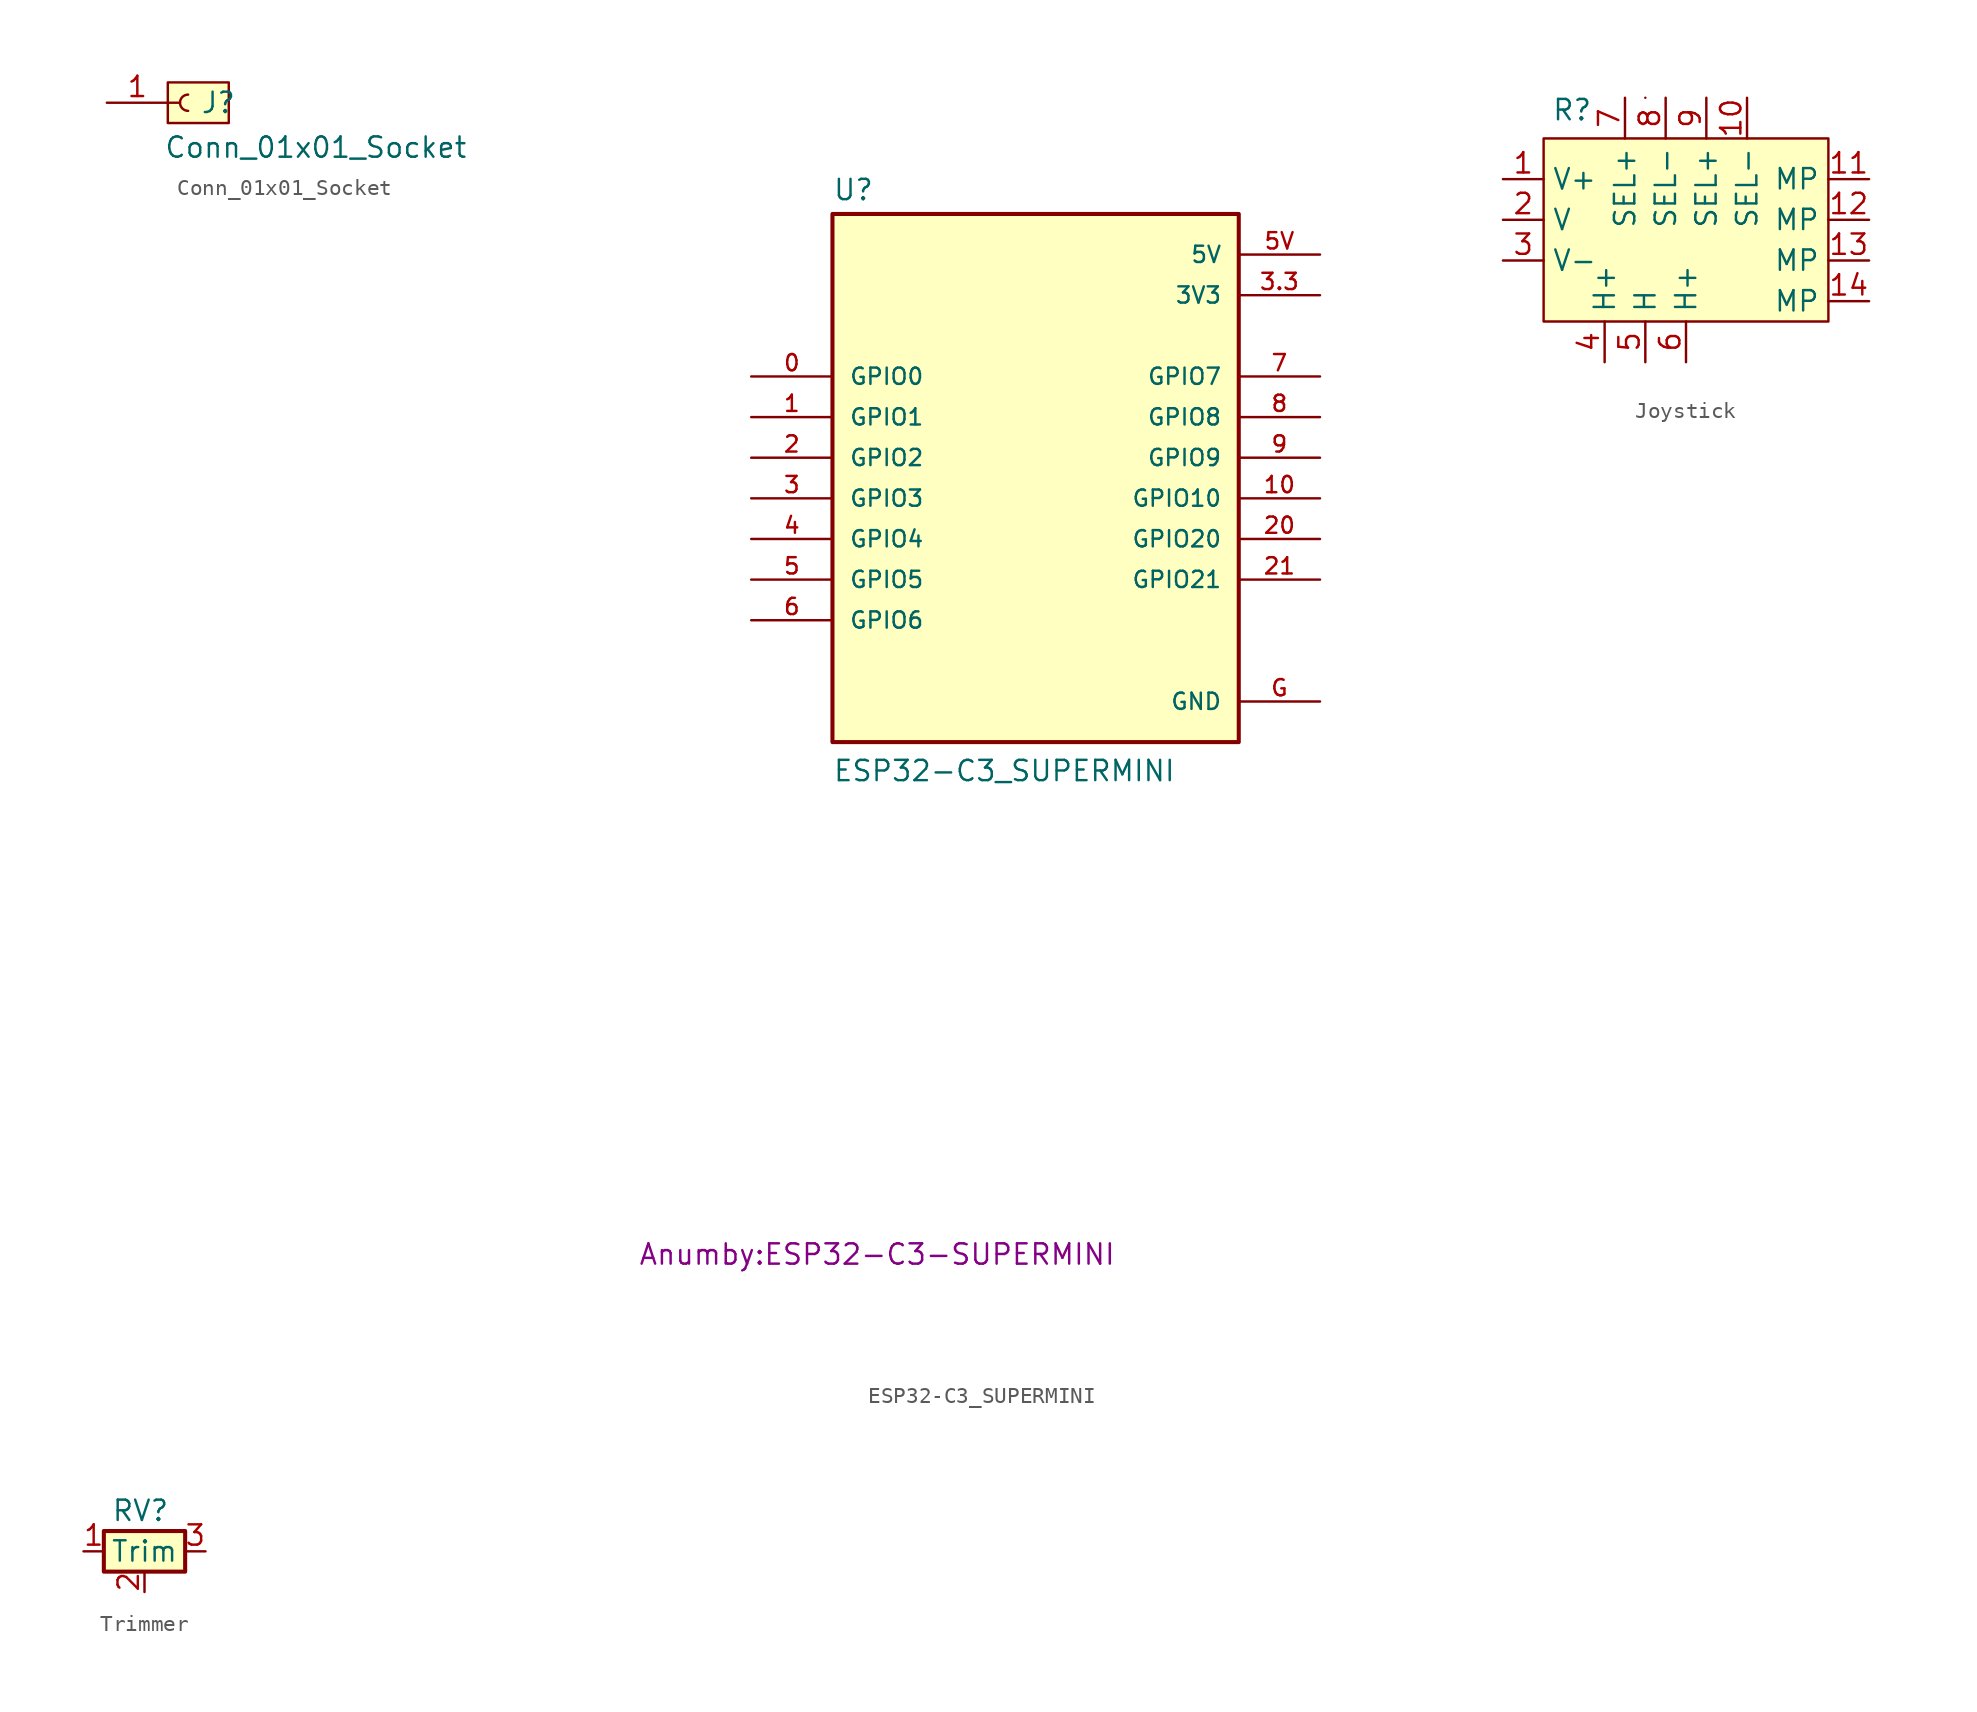
<source format=kicad_sym>
(kicad_symbol_lib
  (version 20231120)
  (generator "kicad_symbol_editor")
  (generator_version "8.0")
  (symbol "Conn_01x01_Socket"
    (pin_names
      (offset 1.016) hide)
    (property "Reference" "J"
      (at 0.762 0 0)
      (effects (font (size 1.27 1.27)) (justify left)))
    (property "Value" "Conn_01x01_Socket"
      (at -1.524 -2.794 0)
      (effects (font (size 1.27 1.27)) (justify left)))
    (symbol "Conn_01x01_Socket_0_1"
      (rectangle (start -1.27 1.27) (end 2.54 -1.27) (stroke (width 0) (type default)) (fill (type background))))
    (symbol "Conn_01x01_Socket_1_1"
      (polyline (pts (xy -1.27 0) (xy -0.508 0)) (stroke (width 0.152) (type default)) (fill (type none)))
      (arc (start 0 0.508) (mid -0.5058 0) (end 0 -0.508) (stroke (width 0.1524) (type default)) (fill (type none)))
      (pin passive line (at -5.08 0 0) (length 3.81) (name "Pin_1" (effects (font (size 1.27 1.27)))) (number "1" (effects (font (size 1.27 1.27)))))))
  (symbol "ESP32-C3_SUPERMINI"
    (pin_names
      (offset 1.016))
    (property "Reference" "U"
      (at -12.7 16.002 0)
      (effects (font (size 1.27 1.27)) (justify left bottom)))
    (property "Value" "ESP32-C3_SUPERMINI"
      (at -12.7 -20.32 0)
      (effects (font (size 1.27 1.27)) (justify left bottom)))
    (property "Footprint" "Anumby:ESP32-C3-SUPERMINI"
      (at -9.906 -50.546 0)
      (effects (font (size 1.27 1.27)) (justify bottom)))
    (symbol "ESP32-C3_SUPERMINI_0_0"
      (rectangle (start -12.7 15.24) (end 12.7 -17.78) (stroke (width 0.254) (type default)) (fill (type background)))
      (pin bidirectional line (at -17.78 5.08 0) (length 5.08) (name "GPIO0" (effects (font (size 1.016 1.016)))) (number "0" (effects (font (size 1.016 1.016)))))
      (pin bidirectional line (at -17.78 2.54 0) (length 5.08) (name "GPIO1" (effects (font (size 1.016 1.016)))) (number "1" (effects (font (size 1.016 1.016)))))
      (pin bidirectional line (at 17.78 -2.54 180) (length 5.08) (name "GPIO10" (effects (font (size 1.016 1.016)))) (number "10" (effects (font (size 1.016 1.016)))))
      (pin bidirectional line (at -17.78 0 0) (length 5.08) (name "GPIO2" (effects (font (size 1.016 1.016)))) (number "2" (effects (font (size 1.016 1.016)))))
      (pin bidirectional line (at 17.78 -5.08 180) (length 5.08) (name "GPIO20" (effects (font (size 1.016 1.016)))) (number "20" (effects (font (size 1.016 1.016)))))
      (pin bidirectional line (at 17.78 -7.62 180) (length 5.08) (name "GPIO21" (effects (font (size 1.016 1.016)))) (number "21" (effects (font (size 1.016 1.016)))))
      (pin bidirectional line (at -17.78 -2.54 0) (length 5.08) (name "GPIO3" (effects (font (size 1.016 1.016)))) (number "3" (effects (font (size 1.016 1.016)))))
      (pin power_in line (at 17.78 10.16 180) (length 5.08) (name "3V3" (effects (font (size 1.016 1.016)))) (number "3.3" (effects (font (size 1.016 1.016)))))
      (pin bidirectional line (at -17.78 -5.08 0) (length 5.08) (name "GPIO4" (effects (font (size 1.016 1.016)))) (number "4" (effects (font (size 1.016 1.016)))))
      (pin bidirectional line (at -17.78 -7.62 0) (length 5.08) (name "GPIO5" (effects (font (size 1.016 1.016)))) (number "5" (effects (font (size 1.016 1.016)))))
      (pin power_in line (at 17.78 12.7 180) (length 5.08) (name "5V" (effects (font (size 1.016 1.016)))) (number "5V" (effects (font (size 1.016 1.016)))))
      (pin bidirectional line (at -17.78 -10.16 0) (length 5.08) (name "GPIO6" (effects (font (size 1.016 1.016)))) (number "6" (effects (font (size 1.016 1.016)))))
      (pin bidirectional line (at 17.78 5.08 180) (length 5.08) (name "GPIO7" (effects (font (size 1.016 1.016)))) (number "7" (effects (font (size 1.016 1.016)))))
      (pin bidirectional line (at 17.78 2.54 180) (length 5.08) (name "GPIO8" (effects (font (size 1.016 1.016)))) (number "8" (effects (font (size 1.016 1.016)))))
      (pin bidirectional line (at 17.78 0 180) (length 5.08) (name "GPIO9" (effects (font (size 1.016 1.016)))) (number "9" (effects (font (size 1.016 1.016)))))
      (pin power_in line (at 17.78 -15.24 180) (length 5.08) (name "GND" (effects (font (size 1.016 1.016)))) (number "G" (effects (font (size 1.016 1.016)))))))
  (symbol "Joystick"
    (property "Reference" "R"
      (at -0.762 1.778 0)
      (effects (font (size 1.27 1.27))))
    (property "Value" ""
      (at 0 0 0)
      (effects (font (size 1.27 1.27))))
    (symbol "Joystick_0_1"
      (rectangle (start -2.54 0) (end 15.24 -11.43) (stroke (width 0) (type default)) (fill (type background)))
      (rectangle (start 3.81 2.54) (end 3.81 2.54) (stroke (width 0) (type default)) (fill (type none))))
    (symbol "Joystick_1_1"
      (pin input line (at -5.08 -2.54 0) (length 2.54) (name "V+" (effects (font (size 1.27 1.27)))) (number "1" (effects (font (size 1.27 1.27)))))
      (pin input line (at 10.16 2.54 270) (length 2.54) (name "SEL-" (effects (font (size 1.27 1.27)))) (number "10" (effects (font (size 1.27 1.27)))))
      (pin input line (at 17.78 -2.54 180) (length 2.54) (name "MP" (effects (font (size 1.27 1.27)))) (number "11" (effects (font (size 1.27 1.27)))))
      (pin input line (at 17.78 -5.08 180) (length 2.54) (name "MP" (effects (font (size 1.27 1.27)))) (number "12" (effects (font (size 1.27 1.27)))))
      (pin input line (at 17.78 -7.62 180) (length 2.54) (name "MP" (effects (font (size 1.27 1.27)))) (number "13" (effects (font (size 1.27 1.27)))))
      (pin input line (at 17.78 -10.16 180) (length 2.54) (name "MP" (effects (font (size 1.27 1.27)))) (number "14" (effects (font (size 1.27 1.27)))))
      (pin output line (at -5.08 -5.08 0) (length 2.54) (name "V" (effects (font (size 1.27 1.27)))) (number "2" (effects (font (size 1.27 1.27)))))
      (pin input line (at -5.08 -7.62 0) (length 2.54) (name "V-" (effects (font (size 1.27 1.27)))) (number "3" (effects (font (size 1.27 1.27)))))
      (pin input line (at 1.27 -13.97 90) (length 2.54) (name "H+" (effects (font (size 1.27 1.27)))) (number "4" (effects (font (size 1.27 1.27)))))
      (pin output line (at 3.81 -13.97 90) (length 2.54) (name "H" (effects (font (size 1.27 1.27)))) (number "5" (effects (font (size 1.27 1.27)))))
      (pin input line (at 6.35 -13.97 90) (length 2.54) (name "H+" (effects (font (size 1.27 1.27)))) (number "6" (effects (font (size 1.27 1.27)))))
      (pin output line (at 2.54 2.54 270) (length 2.54) (name "SEL+" (effects (font (size 1.27 1.27)))) (number "7" (effects (font (size 1.27 1.27)))))
      (pin input line (at 5.08 2.54 270) (length 2.54) (name "SEL-" (effects (font (size 1.27 1.27)))) (number "8" (effects (font (size 1.27 1.27)))))
      (pin output line (at 7.62 2.54 270) (length 2.54) (name "SEL+" (effects (font (size 1.27 1.27)))) (number "9" (effects (font (size 1.27 1.27)))))))
  (symbol "Trimmer"
    (pin_names
      (offset 1.016) hide)
    (property "Reference" "RV"
      (at -0.254 2.54 0)
      (effects (font (size 1.27 1.27))))
    (property "Value" "Trim"
      (at 0 0 0)
      (effects (font (size 1.27 1.27))))
    (symbol "Trimmer_0_1"
      (rectangle (start -2.54 1.27) (end 2.54 -1.27) (stroke (width 0.254) (type default)) (fill (type background))))
    (symbol "Trimmer_1_1"
      (pin input line (at -3.81 0 0) (length 1.27) (name "1" (effects (font (size 1.27 1.27)))) (number "1" (effects (font (size 1.27 1.27)))))
      (pin output line (at 0 -2.54 90) (length 1.27) (name "2" (effects (font (size 1.27 1.27)))) (number "2" (effects (font (size 1.27 1.27)))))
      (pin input line (at 3.81 0 180) (length 1.27) (name "3" (effects (font (size 1.27 1.27)))) (number "3" (effects (font (size 1.27 1.27))))))))
</source>
